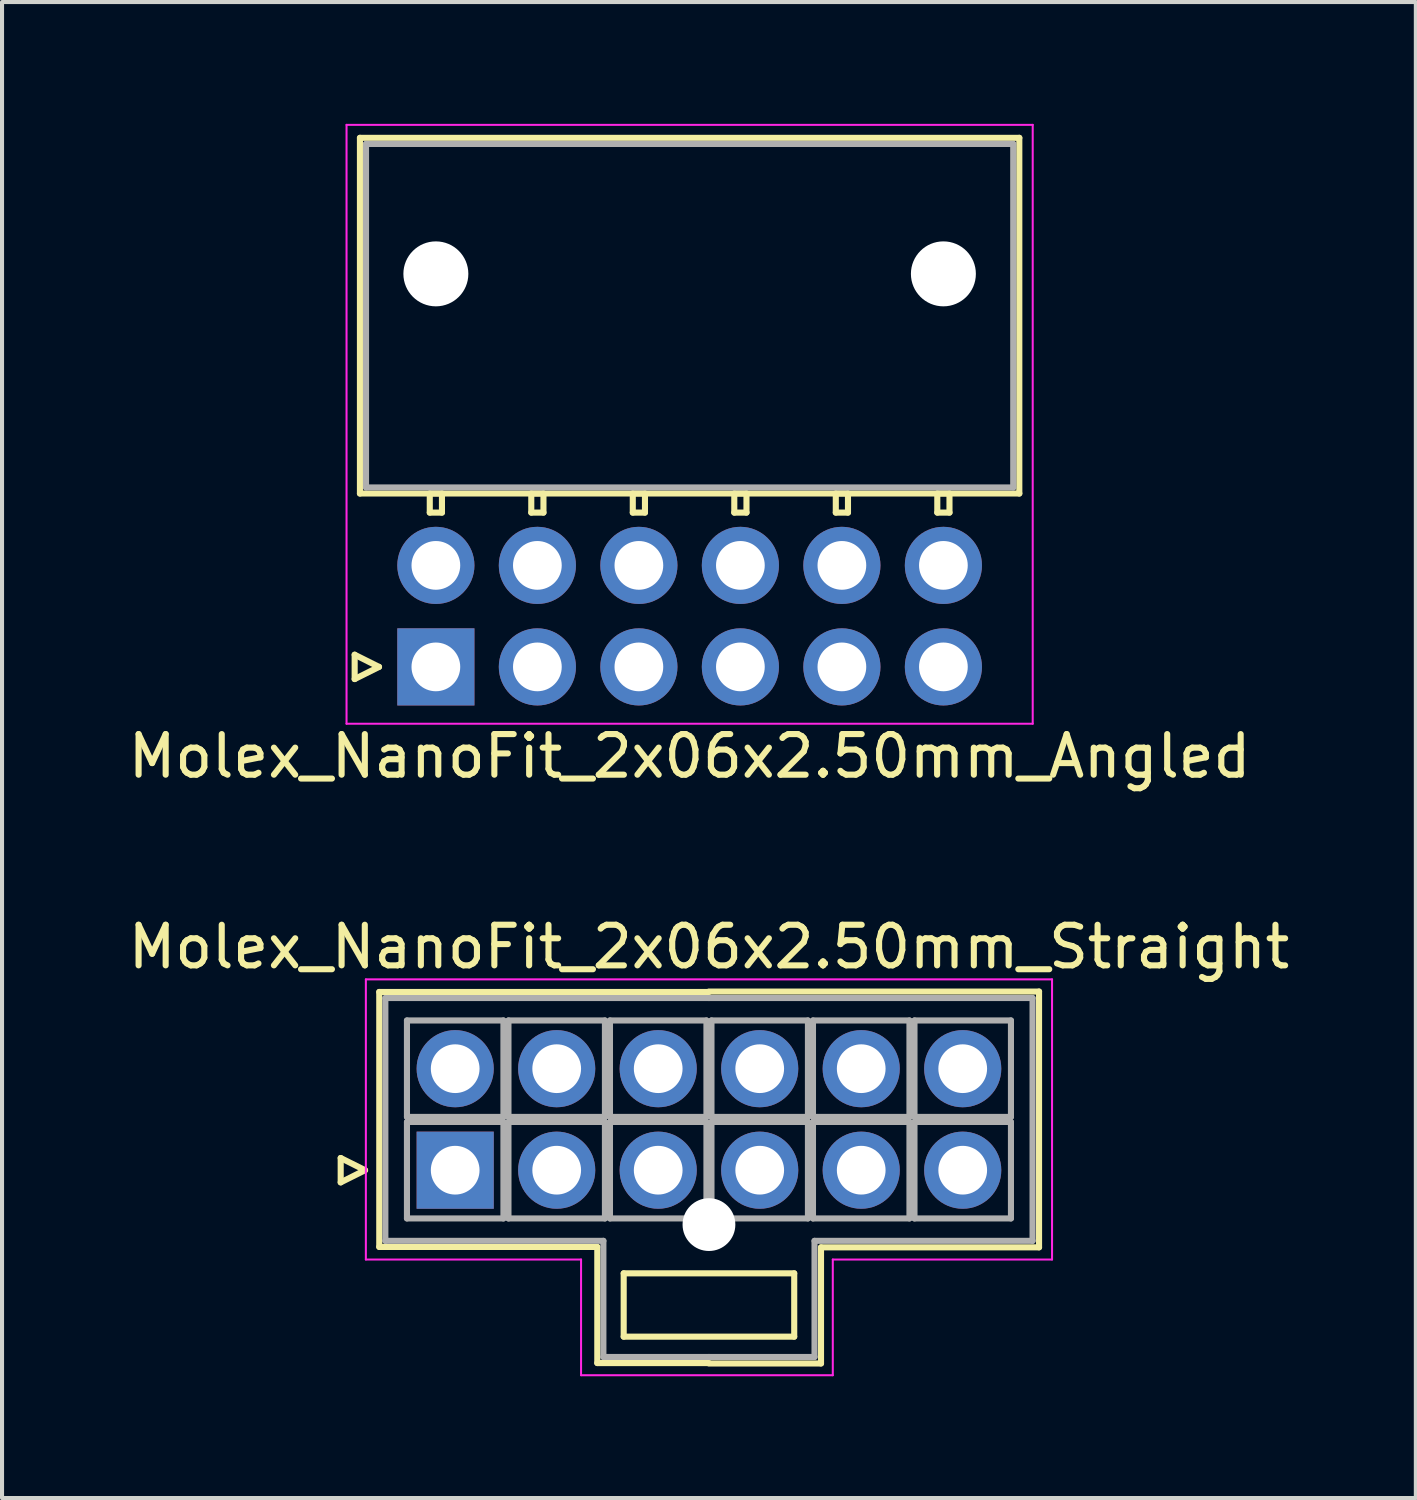
<source format=kicad_pcb>
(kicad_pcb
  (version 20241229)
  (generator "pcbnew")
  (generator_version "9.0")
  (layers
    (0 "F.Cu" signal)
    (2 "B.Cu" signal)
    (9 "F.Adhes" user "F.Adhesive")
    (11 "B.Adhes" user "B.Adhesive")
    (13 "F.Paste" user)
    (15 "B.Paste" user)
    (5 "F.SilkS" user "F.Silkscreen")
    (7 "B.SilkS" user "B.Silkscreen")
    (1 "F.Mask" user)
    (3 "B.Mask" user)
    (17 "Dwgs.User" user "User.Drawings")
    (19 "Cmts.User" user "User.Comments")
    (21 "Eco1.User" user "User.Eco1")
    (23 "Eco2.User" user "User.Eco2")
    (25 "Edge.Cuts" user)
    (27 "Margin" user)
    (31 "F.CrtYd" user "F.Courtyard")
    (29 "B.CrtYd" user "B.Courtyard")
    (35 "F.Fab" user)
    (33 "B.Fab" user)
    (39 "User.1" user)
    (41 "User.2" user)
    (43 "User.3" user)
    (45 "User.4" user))
  (footprint "Molex_NanoFit_2x06x2.50mm_Angled"
    (layer "F.Cu")
    (at 7.685 13.375)
    (property "Reference" "Molex_NanoFit_2x06x2.50mm_Angled" (at 6.25 2.2 0) (layer "F.SilkS") (effects (font (size 1 1) (thickness 0.15))))
    (attr through_hole)
    (fp_line (start -2 -0.3) (end -1.4 0) (stroke (width 0.15) (type solid)) (layer "F.SilkS"))
    (fp_line (start -2 0.3) (end -2 -0.3) (stroke (width 0.15) (type solid)) (layer "F.SilkS"))
    (fp_line (start -1.87 -13.03) (end -1.87 -4.27) (stroke (width 0.15) (type solid)) (layer "F.SilkS"))
    (fp_line (start -1.87 -4.27) (end 14.37 -4.27) (stroke (width 0.15) (type solid)) (layer "F.SilkS"))
    (fp_line (start -1.4 0) (end -2 0.3) (stroke (width 0.15) (type solid)) (layer "F.SilkS"))
    (fp_line (start -0.15 -4.27) (end -0.15 -3.8) (stroke (width 0.15) (type solid)) (layer "F.SilkS"))
    (fp_line (start -0.15 -3.8) (end 0.15 -3.8) (stroke (width 0.15) (type solid)) (layer "F.SilkS"))
    (fp_line (start 0.15 -4.27) (end -0.15 -4.27) (stroke (width 0.15) (type solid)) (layer "F.SilkS"))
    (fp_line (start 0.15 -3.8) (end 0.15 -4.27) (stroke (width 0.15) (type solid)) (layer "F.SilkS"))
    (fp_line (start 2.35 -4.27) (end 2.35 -3.8) (stroke (width 0.15) (type solid)) (layer "F.SilkS"))
    (fp_line (start 2.35 -3.8) (end 2.65 -3.8) (stroke (width 0.15) (type solid)) (layer "F.SilkS"))
    (fp_line (start 2.65 -4.27) (end 2.35 -4.27) (stroke (width 0.15) (type solid)) (layer "F.SilkS"))
    (fp_line (start 2.65 -3.8) (end 2.65 -4.27) (stroke (width 0.15) (type solid)) (layer "F.SilkS"))
    (fp_line (start 4.85 -4.27) (end 4.85 -3.8) (stroke (width 0.15) (type solid)) (layer "F.SilkS"))
    (fp_line (start 4.85 -3.8) (end 5.15 -3.8) (stroke (width 0.15) (type solid)) (layer "F.SilkS"))
    (fp_line (start 5.15 -4.27) (end 4.85 -4.27) (stroke (width 0.15) (type solid)) (layer "F.SilkS"))
    (fp_line (start 5.15 -3.8) (end 5.15 -4.27) (stroke (width 0.15) (type solid)) (layer "F.SilkS"))
    (fp_line (start 7.35 -4.27) (end 7.35 -3.8) (stroke (width 0.15) (type solid)) (layer "F.SilkS"))
    (fp_line (start 7.35 -3.8) (end 7.65 -3.8) (stroke (width 0.15) (type solid)) (layer "F.SilkS"))
    (fp_line (start 7.65 -4.27) (end 7.35 -4.27) (stroke (width 0.15) (type solid)) (layer "F.SilkS"))
    (fp_line (start 7.65 -3.8) (end 7.65 -4.27) (stroke (width 0.15) (type solid)) (layer "F.SilkS"))
    (fp_line (start 9.85 -4.27) (end 9.85 -3.8) (stroke (width 0.15) (type solid)) (layer "F.SilkS"))
    (fp_line (start 9.85 -3.8) (end 10.15 -3.8) (stroke (width 0.15) (type solid)) (layer "F.SilkS"))
    (fp_line (start 10.15 -4.27) (end 9.85 -4.27) (stroke (width 0.15) (type solid)) (layer "F.SilkS"))
    (fp_line (start 10.15 -3.8) (end 10.15 -4.27) (stroke (width 0.15) (type solid)) (layer "F.SilkS"))
    (fp_line (start 12.35 -4.27) (end 12.35 -3.8) (stroke (width 0.15) (type solid)) (layer "F.SilkS"))
    (fp_line (start 12.35 -3.8) (end 12.65 -3.8) (stroke (width 0.15) (type solid)) (layer "F.SilkS"))
    (fp_line (start 12.65 -4.27) (end 12.35 -4.27) (stroke (width 0.15) (type solid)) (layer "F.SilkS"))
    (fp_line (start 12.65 -3.8) (end 12.65 -4.27) (stroke (width 0.15) (type solid)) (layer "F.SilkS"))
    (fp_line (start 14.37 -13.03) (end -1.87 -13.03) (stroke (width 0.15) (type solid)) (layer "F.SilkS"))
    (fp_line (start 14.37 -4.27) (end 14.37 -13.03) (stroke (width 0.15) (type solid)) (layer "F.SilkS"))
    (fp_line (start -2.2 -13.35) (end -2.2 1.4) (stroke (width 0.05) (type solid)) (layer "F.CrtYd"))
    (fp_line (start -2.2 1.4) (end 14.7 1.4) (stroke (width 0.05) (type solid)) (layer "F.CrtYd"))
    (fp_line (start 14.7 -13.35) (end -2.2 -13.35) (stroke (width 0.05) (type solid)) (layer "F.CrtYd"))
    (fp_line (start 14.7 1.4) (end 14.7 -13.35) (stroke (width 0.05) (type solid)) (layer "F.CrtYd"))
    (fp_line (start -1.72 -12.88) (end -1.72 -4.42) (stroke (width 0.15) (type solid)) (layer "F.Fab"))
    (fp_line (start -1.72 -4.42) (end 14.22 -4.42) (stroke (width 0.15) (type solid)) (layer "F.Fab"))
    (fp_line (start 14.22 -12.88) (end -1.72 -12.88) (stroke (width 0.15) (type solid)) (layer "F.Fab"))
    (fp_line (start 14.22 -4.42) (end 14.22 -12.88) (stroke (width 0.15) (type solid)) (layer "F.Fab"))
    (pad "" np_thru_hole circle (at 0 -9.68) (size 1.6 1.6) (drill 1.6) (layers "*.Cu"))
    (pad "" np_thru_hole circle (at 12.5 -9.68) (size 1.6 1.6) (drill 1.6) (layers "*.Cu"))
    (pad "1" thru_hole rect (at 0 0) (size 1.9 1.9) (drill 1.2) (layers "*.Cu" "*.Mask"))
    (pad "2" thru_hole circle (at 2.5 0) (size 1.9 1.9) (drill 1.2) (layers "*.Cu" "*.Mask"))
    (pad "3" thru_hole circle (at 5 0) (size 1.9 1.9) (drill 1.2) (layers "*.Cu" "*.Mask"))
    (pad "4" thru_hole circle (at 7.5 0) (size 1.9 1.9) (drill 1.2) (layers "*.Cu" "*.Mask"))
    (pad "5" thru_hole circle (at 10 0) (size 1.9 1.9) (drill 1.2) (layers "*.Cu" "*.Mask"))
    (pad "6" thru_hole circle (at 12.5 0) (size 1.9 1.9) (drill 1.2) (layers "*.Cu" "*.Mask"))
    (pad "7" thru_hole circle (at 0 -2.5) (size 1.9 1.9) (drill 1.2) (layers "*.Cu" "*.Mask"))
    (pad "8" thru_hole circle (at 2.5 -2.5) (size 1.9 1.9) (drill 1.2) (layers "*.Cu" "*.Mask"))
    (pad "9" thru_hole circle (at 5 -2.5) (size 1.9 1.9) (drill 1.2) (layers "*.Cu" "*.Mask"))
    (pad "10" thru_hole circle (at 7.5 -2.5) (size 1.9 1.9) (drill 1.2) (layers "*.Cu" "*.Mask"))
    (pad "11" thru_hole circle (at 10 -2.5) (size 1.9 1.9) (drill 1.2) (layers "*.Cu" "*.Mask"))
    (pad "12" thru_hole circle (at 12.5 -2.5) (size 1.9 1.9) (drill 1.2) (layers "*.Cu" "*.Mask")))
  (footprint "Molex_NanoFit_2x06x2.50mm_Straight"
    (layer "F.Cu")
    (at 8.161 25.771)
    (property "Reference" "Molex_NanoFit_2x06x2.50mm_Straight" (at 6.25 -5.5 0) (layer "F.SilkS") (effects (font (size 1 1) (thickness 0.15))))
    (attr through_hole)
    (fp_line (start -2.82 -0.3) (end -2.22 0) (stroke (width 0.15) (type solid)) (layer "F.SilkS"))
    (fp_line (start -2.82 0.3) (end -2.82 -0.3) (stroke (width 0.15) (type solid)) (layer "F.SilkS"))
    (fp_line (start -2.22 0) (end -2.82 0.3) (stroke (width 0.15) (type solid)) (layer "F.SilkS"))
    (fp_line (start -1.87 -4.39) (end -1.87 1.89) (stroke (width 0.15) (type solid)) (layer "F.SilkS"))
    (fp_line (start -1.87 1.89) (end 3.5 1.89) (stroke (width 0.15) (type solid)) (layer "F.SilkS"))
    (fp_line (start 3.5 1.89) (end 3.5 4.75) (stroke (width 0.15) (type solid)) (layer "F.SilkS"))
    (fp_line (start 3.5 4.75) (end 6.25 4.75) (stroke (width 0.15) (type solid)) (layer "F.SilkS"))
    (fp_line (start 4.15 2.54) (end 4.15 4.1) (stroke (width 0.15) (type solid)) (layer "F.SilkS"))
    (fp_line (start 4.15 4.1) (end 8.35 4.1) (stroke (width 0.15) (type solid)) (layer "F.SilkS"))
    (fp_line (start 6.25 -4.4) (end 14.38 -4.4) (stroke (width 0.15) (type solid)) (layer "F.SilkS"))
    (fp_line (start 6.25 -4.39) (end -1.87 -4.39) (stroke (width 0.15) (type solid)) (layer "F.SilkS"))
    (fp_line (start 8.35 2.54) (end 4.15 2.54) (stroke (width 0.15) (type solid)) (layer "F.SilkS"))
    (fp_line (start 8.35 4.1) (end 8.35 2.54) (stroke (width 0.15) (type solid)) (layer "F.SilkS"))
    (fp_line (start 9.01 1.9) (end 9.01 4.76) (stroke (width 0.15) (type solid)) (layer "F.SilkS"))
    (fp_line (start 9.01 4.76) (end 6.25 4.76) (stroke (width 0.15) (type solid)) (layer "F.SilkS"))
    (fp_line (start 14.38 -4.4) (end 14.38 1.9) (stroke (width 0.15) (type solid)) (layer "F.SilkS"))
    (fp_line (start 14.38 1.9) (end 9.01 1.9) (stroke (width 0.15) (type solid)) (layer "F.SilkS"))
    (fp_line (start -2.2 -4.7) (end -2.2 2.2) (stroke (width 0.05) (type solid)) (layer "F.CrtYd"))
    (fp_line (start -2.2 2.2) (end 3.1 2.2) (stroke (width 0.05) (type solid)) (layer "F.CrtYd"))
    (fp_line (start 3.1 2.2) (end 3.1 5.05) (stroke (width 0.05) (type solid)) (layer "F.CrtYd"))
    (fp_line (start 3.1 5.05) (end 9.3 5.05) (stroke (width 0.05) (type solid)) (layer "F.CrtYd"))
    (fp_line (start 9.3 2.2) (end 14.7 2.2) (stroke (width 0.05) (type solid)) (layer "F.CrtYd"))
    (fp_line (start 9.3 5.05) (end 9.3 2.2) (stroke (width 0.05) (type solid)) (layer "F.CrtYd"))
    (fp_line (start 14.7 -4.7) (end -2.2 -4.7) (stroke (width 0.05) (type solid)) (layer "F.CrtYd"))
    (fp_line (start 14.7 2.2) (end 14.7 -4.7) (stroke (width 0.05) (type solid)) (layer "F.CrtYd"))
    (fp_line (start -1.72 -4.24) (end -1.72 1.74) (stroke (width 0.15) (type solid)) (layer "F.Fab"))
    (fp_line (start -1.72 1.74) (end 3.65 1.74) (stroke (width 0.15) (type solid)) (layer "F.Fab"))
    (fp_line (start -1.188 -3.688) (end -1.188 -1.312) (stroke (width 0.15) (type solid)) (layer "F.Fab"))
    (fp_line (start -1.188 -1.312) (end 1.188 -1.312) (stroke (width 0.15) (type solid)) (layer "F.Fab"))
    (fp_line (start -1.188 -1.188) (end -1.188 1.188) (stroke (width 0.15) (type solid)) (layer "F.Fab"))
    (fp_line (start -1.188 1.188) (end 1.188 1.188) (stroke (width 0.15) (type solid)) (layer "F.Fab"))
    (fp_line (start 1.188 -3.688) (end -1.188 -3.688) (stroke (width 0.15) (type solid)) (layer "F.Fab"))
    (fp_line (start 1.188 -1.312) (end 1.188 -3.688) (stroke (width 0.15) (type solid)) (layer "F.Fab"))
    (fp_line (start 1.188 -1.188) (end -1.188 -1.188) (stroke (width 0.15) (type solid)) (layer "F.Fab"))
    (fp_line (start 1.188 1.188) (end 1.188 -1.188) (stroke (width 0.15) (type solid)) (layer "F.Fab"))
    (fp_line (start 1.312 -3.688) (end 1.312 -1.312) (stroke (width 0.15) (type solid)) (layer "F.Fab"))
    (fp_line (start 1.312 -1.312) (end 3.688 -1.312) (stroke (width 0.15) (type solid)) (layer "F.Fab"))
    (fp_line (start 1.312 -1.188) (end 1.312 1.188) (stroke (width 0.15) (type solid)) (layer "F.Fab"))
    (fp_line (start 1.312 1.188) (end 3.688 1.188) (stroke (width 0.15) (type solid)) (layer "F.Fab"))
    (fp_line (start 3.65 1.74) (end 3.65 4.6) (stroke (width 0.15) (type solid)) (layer "F.Fab"))
    (fp_line (start 3.65 4.6) (end 6.25 4.6) (stroke (width 0.15) (type solid)) (layer "F.Fab"))
    (fp_line (start 3.688 -3.688) (end 1.312 -3.688) (stroke (width 0.15) (type solid)) (layer "F.Fab"))
    (fp_line (start 3.688 -1.312) (end 3.688 -3.688) (stroke (width 0.15) (type solid)) (layer "F.Fab"))
    (fp_line (start 3.688 -1.188) (end 1.312 -1.188) (stroke (width 0.15) (type solid)) (layer "F.Fab"))
    (fp_line (start 3.688 1.188) (end 3.688 -1.188) (stroke (width 0.15) (type solid)) (layer "F.Fab"))
    (fp_line (start 3.812 -3.688) (end 3.812 -1.312) (stroke (width 0.15) (type solid)) (layer "F.Fab"))
    (fp_line (start 3.812 -1.312) (end 6.188 -1.312) (stroke (width 0.15) (type solid)) (layer "F.Fab"))
    (fp_line (start 3.812 -1.188) (end 3.812 1.188) (stroke (width 0.15) (type solid)) (layer "F.Fab"))
    (fp_line (start 3.812 1.188) (end 6.188 1.188) (stroke (width 0.15) (type solid)) (layer "F.Fab"))
    (fp_line (start 6.188 -3.688) (end 3.812 -3.688) (stroke (width 0.15) (type solid)) (layer "F.Fab"))
    (fp_line (start 6.188 -1.312) (end 6.188 -3.688) (stroke (width 0.15) (type solid)) (layer "F.Fab"))
    (fp_line (start 6.188 -1.188) (end 3.812 -1.188) (stroke (width 0.15) (type solid)) (layer "F.Fab"))
    (fp_line (start 6.188 1.188) (end 6.188 -1.188) (stroke (width 0.15) (type solid)) (layer "F.Fab"))
    (fp_line (start 6.25 -4.24) (end -1.72 -4.24) (stroke (width 0.15) (type solid)) (layer "F.Fab"))
    (fp_line (start 6.25 -4.24) (end 14.22 -4.24) (stroke (width 0.15) (type solid)) (layer "F.Fab"))
    (fp_line (start 6.312 -3.688) (end 6.312 -1.312) (stroke (width 0.15) (type solid)) (layer "F.Fab"))
    (fp_line (start 6.312 -1.312) (end 8.688 -1.312) (stroke (width 0.15) (type solid)) (layer "F.Fab"))
    (fp_line (start 6.312 -1.188) (end 6.312 1.188) (stroke (width 0.15) (type solid)) (layer "F.Fab"))
    (fp_line (start 6.312 1.188) (end 8.688 1.188) (stroke (width 0.15) (type solid)) (layer "F.Fab"))
    (fp_line (start 8.688 -3.688) (end 6.312 -3.688) (stroke (width 0.15) (type solid)) (layer "F.Fab"))
    (fp_line (start 8.688 -1.312) (end 8.688 -3.688) (stroke (width 0.15) (type solid)) (layer "F.Fab"))
    (fp_line (start 8.688 -1.188) (end 6.312 -1.188) (stroke (width 0.15) (type solid)) (layer "F.Fab"))
    (fp_line (start 8.688 1.188) (end 8.688 -1.188) (stroke (width 0.15) (type solid)) (layer "F.Fab"))
    (fp_line (start 8.812 -3.688) (end 8.812 -1.312) (stroke (width 0.15) (type solid)) (layer "F.Fab"))
    (fp_line (start 8.812 -1.312) (end 11.188 -1.312) (stroke (width 0.15) (type solid)) (layer "F.Fab"))
    (fp_line (start 8.812 -1.188) (end 8.812 1.188) (stroke (width 0.15) (type solid)) (layer "F.Fab"))
    (fp_line (start 8.812 1.188) (end 11.188 1.188) (stroke (width 0.15) (type solid)) (layer "F.Fab"))
    (fp_line (start 8.85 1.74) (end 8.85 4.6) (stroke (width 0.15) (type solid)) (layer "F.Fab"))
    (fp_line (start 8.85 4.6) (end 6.25 4.6) (stroke (width 0.15) (type solid)) (layer "F.Fab"))
    (fp_line (start 11.188 -3.688) (end 8.812 -3.688) (stroke (width 0.15) (type solid)) (layer "F.Fab"))
    (fp_line (start 11.188 -1.312) (end 11.188 -3.688) (stroke (width 0.15) (type solid)) (layer "F.Fab"))
    (fp_line (start 11.188 -1.188) (end 8.812 -1.188) (stroke (width 0.15) (type solid)) (layer "F.Fab"))
    (fp_line (start 11.188 1.188) (end 11.188 -1.188) (stroke (width 0.15) (type solid)) (layer "F.Fab"))
    (fp_line (start 11.312 -3.688) (end 11.312 -1.312) (stroke (width 0.15) (type solid)) (layer "F.Fab"))
    (fp_line (start 11.312 -1.312) (end 13.688 -1.312) (stroke (width 0.15) (type solid)) (layer "F.Fab"))
    (fp_line (start 11.312 -1.188) (end 11.312 1.188) (stroke (width 0.15) (type solid)) (layer "F.Fab"))
    (fp_line (start 11.312 1.188) (end 13.688 1.188) (stroke (width 0.15) (type solid)) (layer "F.Fab"))
    (fp_line (start 13.688 -3.688) (end 11.312 -3.688) (stroke (width 0.15) (type solid)) (layer "F.Fab"))
    (fp_line (start 13.688 -1.312) (end 13.688 -3.688) (stroke (width 0.15) (type solid)) (layer "F.Fab"))
    (fp_line (start 13.688 -1.188) (end 11.312 -1.188) (stroke (width 0.15) (type solid)) (layer "F.Fab"))
    (fp_line (start 13.688 1.188) (end 13.688 -1.188) (stroke (width 0.15) (type solid)) (layer "F.Fab"))
    (fp_line (start 14.22 -4.24) (end 14.22 1.74) (stroke (width 0.15) (type solid)) (layer "F.Fab"))
    (fp_line (start 14.22 1.74) (end 8.85 1.74) (stroke (width 0.15) (type solid)) (layer "F.Fab"))
    (pad "" np_thru_hole circle (at 6.25 1.34) (size 1.3 1.3) (drill 1.3) (layers "*.Cu"))
    (pad "1" thru_hole rect (at 0 0) (size 1.9 1.9) (drill 1.2) (layers "*.Cu" "*.Mask"))
    (pad "2" thru_hole circle (at 2.5 0) (size 1.9 1.9) (drill 1.2) (layers "*.Cu" "*.Mask"))
    (pad "3" thru_hole circle (at 5 0) (size 1.9 1.9) (drill 1.2) (layers "*.Cu" "*.Mask"))
    (pad "4" thru_hole circle (at 7.5 0) (size 1.9 1.9) (drill 1.2) (layers "*.Cu" "*.Mask"))
    (pad "5" thru_hole circle (at 10 0) (size 1.9 1.9) (drill 1.2) (layers "*.Cu" "*.Mask"))
    (pad "6" thru_hole circle (at 12.5 0) (size 1.9 1.9) (drill 1.2) (layers "*.Cu" "*.Mask"))
    (pad "7" thru_hole circle (at 0 -2.5) (size 1.9 1.9) (drill 1.2) (layers "*.Cu" "*.Mask"))
    (pad "8" thru_hole circle (at 2.5 -2.5) (size 1.9 1.9) (drill 1.2) (layers "*.Cu" "*.Mask"))
    (pad "9" thru_hole circle (at 5 -2.5) (size 1.9 1.9) (drill 1.2) (layers "*.Cu" "*.Mask"))
    (pad "10" thru_hole circle (at 7.5 -2.5) (size 1.9 1.9) (drill 1.2) (layers "*.Cu" "*.Mask"))
    (pad "11" thru_hole circle (at 10 -2.5) (size 1.9 1.9) (drill 1.2) (layers "*.Cu" "*.Mask"))
    (pad "12" thru_hole circle (at 12.5 -2.5) (size 1.9 1.9) (drill 1.2) (layers "*.Cu" "*.Mask")))
  (gr_rect
    (start -3 -3)
    (end 31.821 33.846)
    (stroke (width 0.1) (type default))
    (fill no)
    (layer "Edge.Cuts")))
</source>
